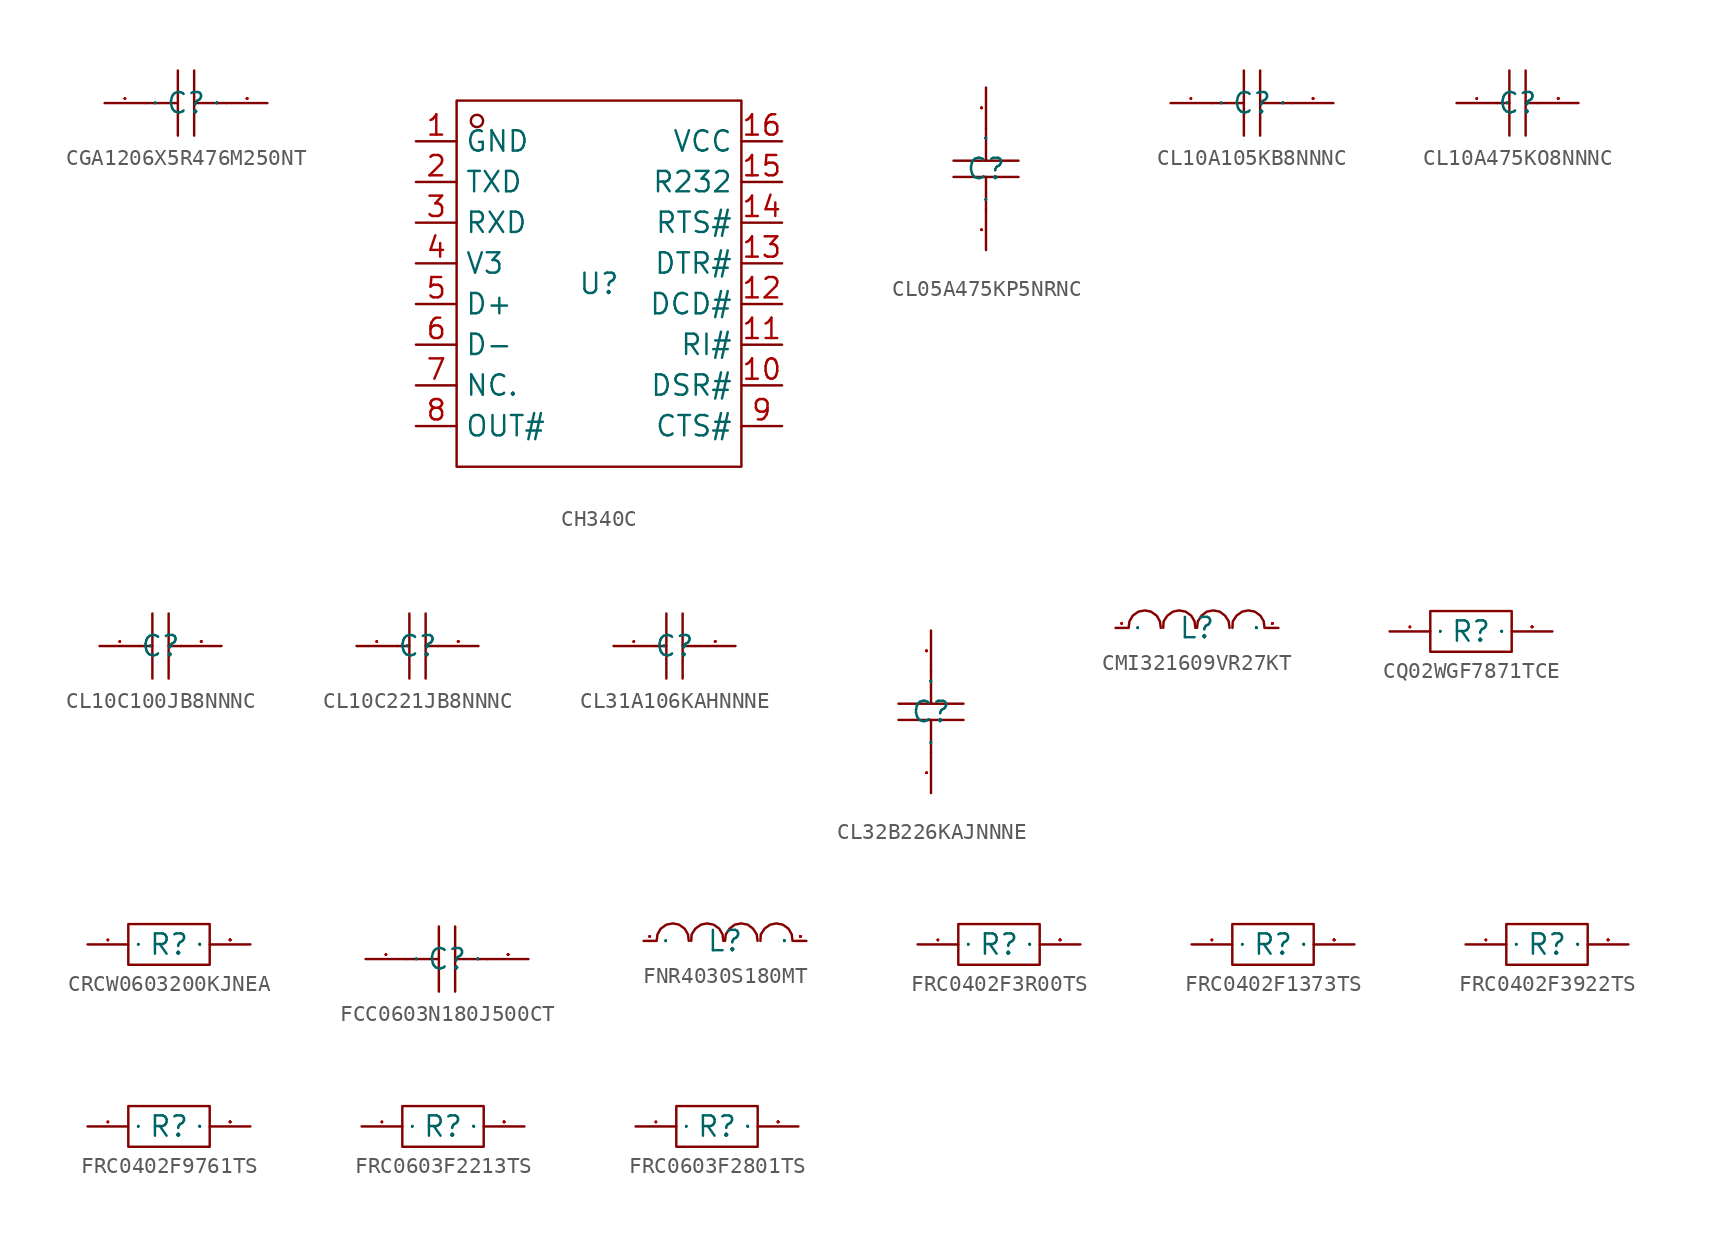
<source format=kicad_sym>
(kicad_symbol_lib
  (version 20241209)
  (generator "kicad_symbol_editor")
  (generator_version "9.0")
  (symbol "CGA1206X5R476M250NT"
    (property "Reference" "C"
      (at 0 0 0)
      (effects (font (size 1.27 1.27))))
    (symbol "CGA1206X5R476M250NT_1_0"
      (polyline (pts (xy -0.508 0) (xy -2.54 0)) (stroke (width 0) (type default)) (fill (type none)))
      (polyline (pts (xy -0.508 -2.032) (xy -0.508 2.032)) (stroke (width 0) (type default)) (fill (type none)))
      (polyline (pts (xy 0.508 2.032) (xy 0.508 -2.032)) (stroke (width 0) (type default)) (fill (type none)))
      (polyline (pts (xy 2.54 0) (xy 0.508 0)) (stroke (width 0) (type default)) (fill (type none)))
      (pin unspecified line (at -5.08 0 0) (length 2.54) (name "1" (effects (font (size 0.025 0.025)))) (number "1" (effects (font (size 0.025 0.025)))))
      (pin unspecified line (at 5.08 0 180) (length 2.54) (name "2" (effects (font (size 0.025 0.025)))) (number "2" (effects (font (size 0.025 0.025)))))))
  (symbol "CH340C"
    (property "Reference" "U"
      (at 0 0 0)
      (effects (font (size 1.27 1.27))))
    (property "Value" ""
      (at 0 0 0)
      (effects (font (size 1.27 1.27))))
    (symbol "CH340C_1_0"
      (rectangle (start -8.89 -11.43) (end 8.89 11.43) (stroke (width 0) (type default)) (fill (type none)))
      (circle (center -7.62 10.16) (radius 0.381) (stroke (width 0) (type default)) (fill (type none)))
      (pin unspecified line (at -11.43 8.89 0) (length 2.54) (name "GND" (effects (font (size 1.27 1.27)))) (number "1" (effects (font (size 1.27 1.27)))))
      (pin unspecified line (at -11.43 6.35 0) (length 2.54) (name "TXD" (effects (font (size 1.27 1.27)))) (number "2" (effects (font (size 1.27 1.27)))))
      (pin unspecified line (at -11.43 3.81 0) (length 2.54) (name "RXD" (effects (font (size 1.27 1.27)))) (number "3" (effects (font (size 1.27 1.27)))))
      (pin unspecified line (at -11.43 1.27 0) (length 2.54) (name "V3" (effects (font (size 1.27 1.27)))) (number "4" (effects (font (size 1.27 1.27)))))
      (pin unspecified line (at -11.43 -1.27 0) (length 2.54) (name "D+" (effects (font (size 1.27 1.27)))) (number "5" (effects (font (size 1.27 1.27)))))
      (pin unspecified line (at -11.43 -3.81 0) (length 2.54) (name "D-" (effects (font (size 1.27 1.27)))) (number "6" (effects (font (size 1.27 1.27)))))
      (pin unspecified line (at -11.43 -6.35 0) (length 2.54) (name "NC." (effects (font (size 1.27 1.27)))) (number "7" (effects (font (size 1.27 1.27)))))
      (pin unspecified line (at -11.43 -8.89 0) (length 2.54) (name "OUT#" (effects (font (size 1.27 1.27)))) (number "8" (effects (font (size 1.27 1.27)))))
      (pin unspecified line (at 11.43 8.89 180) (length 2.54) (name "VCC" (effects (font (size 1.27 1.27)))) (number "16" (effects (font (size 1.27 1.27)))))
      (pin unspecified line (at 11.43 6.35 180) (length 2.54) (name "R232" (effects (font (size 1.27 1.27)))) (number "15" (effects (font (size 1.27 1.27)))))
      (pin unspecified line (at 11.43 3.81 180) (length 2.54) (name "RTS#" (effects (font (size 1.27 1.27)))) (number "14" (effects (font (size 1.27 1.27)))))
      (pin unspecified line (at 11.43 1.27 180) (length 2.54) (name "DTR#" (effects (font (size 1.27 1.27)))) (number "13" (effects (font (size 1.27 1.27)))))
      (pin unspecified line (at 11.43 -1.27 180) (length 2.54) (name "DCD#" (effects (font (size 1.27 1.27)))) (number "12" (effects (font (size 1.27 1.27)))))
      (pin unspecified line (at 11.43 -3.81 180) (length 2.54) (name "RI#" (effects (font (size 1.27 1.27)))) (number "11" (effects (font (size 1.27 1.27)))))
      (pin unspecified line (at 11.43 -6.35 180) (length 2.54) (name "DSR#" (effects (font (size 1.27 1.27)))) (number "10" (effects (font (size 1.27 1.27)))))
      (pin unspecified line (at 11.43 -8.89 180) (length 2.54) (name "CTS#" (effects (font (size 1.27 1.27)))) (number "9" (effects (font (size 1.27 1.27)))))))
  (symbol "CL05A475KP5NRNC"
    (property "Reference" "C"
      (at 0 0 0)
      (effects (font (size 1.27 1.27))))
    (symbol "CL05A475KP5NRNC_1_0"
      (polyline (pts (xy -2.032 0.508) (xy 2.032 0.508)) (stroke (width 0) (type default)) (fill (type none)))
      (polyline (pts (xy 0 2.54) (xy 0 0.508)) (stroke (width 0) (type default)) (fill (type none)))
      (polyline (pts (xy 0 -0.508) (xy 0 -2.54)) (stroke (width 0) (type default)) (fill (type none)))
      (polyline (pts (xy 2.032 -0.508) (xy -2.032 -0.508)) (stroke (width 0) (type default)) (fill (type none)))
      (pin unspecified line (at 0 5.08 270) (length 2.54) (name "2" (effects (font (size 0.025 0.025)))) (number "2" (effects (font (size 0.025 0.025)))))
      (pin unspecified line (at 0 -5.08 90) (length 2.54) (name "1" (effects (font (size 0.025 0.025)))) (number "1" (effects (font (size 0.025 0.025)))))))
  (symbol "CL10A105KB8NNNC"
    (property "Reference" "C"
      (at 0 0 0)
      (effects (font (size 1.27 1.27))))
    (symbol "CL10A105KB8NNNC_1_0"
      (polyline (pts (xy -0.508 0) (xy -2.54 0)) (stroke (width 0) (type default)) (fill (type none)))
      (polyline (pts (xy -0.508 -2.032) (xy -0.508 2.032)) (stroke (width 0) (type default)) (fill (type none)))
      (polyline (pts (xy 0.508 2.032) (xy 0.508 -2.032)) (stroke (width 0) (type default)) (fill (type none)))
      (polyline (pts (xy 2.54 0) (xy 0.508 0)) (stroke (width 0) (type default)) (fill (type none)))
      (pin unspecified line (at -5.08 0 0) (length 2.54) (name "1" (effects (font (size 0.025 0.025)))) (number "1" (effects (font (size 0.025 0.025)))))
      (pin unspecified line (at 5.08 0 180) (length 2.54) (name "2" (effects (font (size 0.025 0.025)))) (number "2" (effects (font (size 0.025 0.025)))))))
  (symbol "CL10A475KO8NNNC"
    (property "Reference" "C"
      (at 0 0 0)
      (effects (font (size 1.27 1.27))))
    (symbol "CL10A475KO8NNNC_1_0"
      (polyline (pts (xy -1.27 0) (xy -0.508 0)) (stroke (width 0) (type default)) (fill (type none)))
      (polyline (pts (xy -0.508 2.032) (xy -0.508 -2.032)) (stroke (width 0) (type default)) (fill (type none)))
      (polyline (pts (xy 0.508 2.032) (xy 0.508 -2.032)) (stroke (width 0) (type default)) (fill (type none)))
      (polyline (pts (xy 0.508 0) (xy 1.27 0)) (stroke (width 0) (type default)) (fill (type none)))
      (pin input line (at -3.81 0 0) (length 2.54) (name "1" (effects (font (size 0.025 0.025)))) (number "1" (effects (font (size 0.025 0.025)))))
      (pin input line (at 3.81 0 180) (length 2.54) (name "2" (effects (font (size 0.025 0.025)))) (number "2" (effects (font (size 0.025 0.025)))))))
  (symbol "CL10C100JB8NNNC"
    (property "Reference" "C"
      (at 0 0 0)
      (effects (font (size 1.27 1.27))))
    (symbol "CL10C100JB8NNNC_1_0"
      (polyline (pts (xy -1.27 0) (xy -0.508 0)) (stroke (width 0) (type default)) (fill (type none)))
      (polyline (pts (xy -0.508 2.032) (xy -0.508 -2.032)) (stroke (width 0) (type default)) (fill (type none)))
      (polyline (pts (xy 0.508 2.032) (xy 0.508 -2.032)) (stroke (width 0) (type default)) (fill (type none)))
      (polyline (pts (xy 0.508 0) (xy 1.27 0)) (stroke (width 0) (type default)) (fill (type none)))
      (pin input line (at -3.81 0 0) (length 2.54) (name "1" (effects (font (size 0.025 0.025)))) (number "1" (effects (font (size 0.025 0.025)))))
      (pin input line (at 3.81 0 180) (length 2.54) (name "2" (effects (font (size 0.025 0.025)))) (number "2" (effects (font (size 0.025 0.025)))))))
  (symbol "CL10C221JB8NNNC"
    (property "Reference" "C"
      (at 0 0 0)
      (effects (font (size 1.27 1.27))))
    (symbol "CL10C221JB8NNNC_1_0"
      (polyline (pts (xy -1.27 0) (xy -0.508 0)) (stroke (width 0) (type default)) (fill (type none)))
      (polyline (pts (xy -0.508 2.032) (xy -0.508 -2.032)) (stroke (width 0) (type default)) (fill (type none)))
      (polyline (pts (xy 0.508 2.032) (xy 0.508 -2.032)) (stroke (width 0) (type default)) (fill (type none)))
      (polyline (pts (xy 0.508 0) (xy 1.27 0)) (stroke (width 0) (type default)) (fill (type none)))
      (pin input line (at -3.81 0 0) (length 2.54) (name "1" (effects (font (size 0.025 0.025)))) (number "1" (effects (font (size 0.025 0.025)))))
      (pin input line (at 3.81 0 180) (length 2.54) (name "2" (effects (font (size 0.025 0.025)))) (number "2" (effects (font (size 0.025 0.025)))))))
  (symbol "CL31A106KAHNNNE"
    (property "Reference" "C"
      (at 0 0 0)
      (effects (font (size 1.27 1.27))))
    (symbol "CL31A106KAHNNNE_1_0"
      (polyline (pts (xy -1.27 0) (xy -0.508 0)) (stroke (width 0) (type default)) (fill (type none)))
      (polyline (pts (xy -0.508 2.032) (xy -0.508 -2.032)) (stroke (width 0) (type default)) (fill (type none)))
      (polyline (pts (xy 0.508 2.032) (xy 0.508 -2.032)) (stroke (width 0) (type default)) (fill (type none)))
      (polyline (pts (xy 0.508 0) (xy 1.27 0)) (stroke (width 0) (type default)) (fill (type none)))
      (pin input line (at -3.81 0 0) (length 2.54) (name "1" (effects (font (size 0.025 0.025)))) (number "1" (effects (font (size 0.025 0.025)))))
      (pin input line (at 3.81 0 180) (length 2.54) (name "2" (effects (font (size 0.025 0.025)))) (number "2" (effects (font (size 0.025 0.025)))))))
  (symbol "CL32B226KAJNNNE"
    (property "Reference" "C"
      (at 0 0 0)
      (effects (font (size 1.27 1.27))))
    (symbol "CL32B226KAJNNNE_1_0"
      (polyline (pts (xy -2.032 0.508) (xy 2.032 0.508)) (stroke (width 0) (type default)) (fill (type none)))
      (polyline (pts (xy 0 2.54) (xy 0 0.508)) (stroke (width 0) (type default)) (fill (type none)))
      (polyline (pts (xy 0 -0.508) (xy 0 -2.54)) (stroke (width 0) (type default)) (fill (type none)))
      (polyline (pts (xy 2.032 -0.508) (xy -2.032 -0.508)) (stroke (width 0) (type default)) (fill (type none)))
      (pin unspecified line (at 0 5.08 270) (length 2.54) (name "2" (effects (font (size 0.025 0.025)))) (number "2" (effects (font (size 0.025 0.025)))))
      (pin unspecified line (at 0 -5.08 90) (length 2.54) (name "1" (effects (font (size 0.025 0.025)))) (number "1" (effects (font (size 0.025 0.025)))))))
  (symbol "CMI321609VR27KT"
    (property "Reference" "L"
      (at 0 0 0)
      (effects (font (size 1.27 1.27))))
    (symbol "CMI321609VR27KT_1_0"
      (polyline (pts (xy -4.267 0) (xy -4.216 0.406) (xy -4.216 0.406) (xy -4.013 0.762) (xy -4.013 0.762) (xy -3.658 1.016) (xy -3.658 1.016) (xy -3.251 1.092) (xy -3.251 1.092) (xy -2.87 1.016) (xy -2.87 1.016) (xy -2.515 0.762) (xy -2.515 0.762) (xy -2.311 0.406) (xy -2.311 0.406) (xy -2.261 0)) (stroke (width 0) (type default)) (fill (type none)))
      (polyline (pts (xy -2.108 0) (xy -2.083 0.406) (xy -2.083 0.406) (xy -1.854 0.762) (xy -1.854 0.762) (xy -1.499 1.016) (xy -1.499 1.016) (xy -1.118 1.092) (xy -1.118 1.092) (xy -0.711 1.016) (xy -0.711 1.016) (xy -0.356 0.762) (xy -0.356 0.762) (xy -0.152 0.406) (xy -0.152 0.406) (xy -0.102 0)) (stroke (width 0) (type default)) (fill (type none)))
      (polyline (pts (xy 0 0) (xy 0.051 0.406) (xy 0.051 0.406) (xy 0.279 0.762) (xy 0.279 0.762) (xy 0.61 1.016) (xy 0.61 1.016) (xy 1.016 1.092) (xy 1.016 1.092) (xy 1.422 1.016) (xy 1.422 1.016) (xy 1.753 0.762) (xy 1.753 0.762) (xy 1.981 0.406) (xy 1.981 0.406) (xy 2.032 0)) (stroke (width 0) (type default)) (fill (type none)))
      (polyline (pts (xy 2.21 0) (xy 2.235 0.406) (xy 2.235 0.406) (xy 2.464 0.762) (xy 2.464 0.762) (xy 2.819 1.016) (xy 2.819 1.016) (xy 3.2 1.092) (xy 3.2 1.092) (xy 3.607 1.016) (xy 3.607 1.016) (xy 3.962 0.762) (xy 3.962 0.762) (xy 4.166 0.406) (xy 4.166 0.406) (xy 4.216 0)) (stroke (width 0) (type default)) (fill (type none)))
      (pin unspecified line (at -5.08 0 0) (length 0.762) (name "1" (effects (font (size 0.025 0.025)))) (number "1" (effects (font (size 0.025 0.025)))))
      (pin unspecified line (at 5.08 0 180) (length 0.762) (name "2" (effects (font (size 0.025 0.025)))) (number "2" (effects (font (size 0.025 0.025)))))))
  (symbol "CQ02WGF7871TCE"
    (property "Reference" "R"
      (at 0 0 0)
      (effects (font (size 1.27 1.27))))
    (symbol "CQ02WGF7871TCE_1_0"
      (rectangle (start -2.54 -1.27) (end 2.54 1.27) (stroke (width 0) (type default)) (fill (type none)))
      (pin unspecified line (at -5.08 0 0) (length 2.54) (name "1" (effects (font (size 0.025 0.025)))) (number "1" (effects (font (size 0.025 0.025)))))
      (pin unspecified line (at 5.08 0 180) (length 2.54) (name "2" (effects (font (size 0.025 0.025)))) (number "2" (effects (font (size 0.025 0.025)))))))
  (symbol "CRCW0603200KJNEA"
    (property "Reference" "R"
      (at 0 0 0)
      (effects (font (size 1.27 1.27))))
    (symbol "CRCW0603200KJNEA_1_0"
      (rectangle (start -2.54 -1.27) (end 2.54 1.27) (stroke (width 0) (type default)) (fill (type none)))
      (pin unspecified line (at -5.08 0 0) (length 2.54) (name "1" (effects (font (size 0.025 0.025)))) (number "1" (effects (font (size 0.025 0.025)))))
      (pin unspecified line (at 5.08 0 180) (length 2.54) (name "2" (effects (font (size 0.025 0.025)))) (number "2" (effects (font (size 0.025 0.025)))))))
  (symbol "FCC0603N180J500CT"
    (property "Reference" "C"
      (at 0 0 0)
      (effects (font (size 1.27 1.27))))
    (symbol "FCC0603N180J500CT_1_0"
      (polyline (pts (xy -0.508 0) (xy -2.54 0)) (stroke (width 0) (type default)) (fill (type none)))
      (polyline (pts (xy -0.508 -2.032) (xy -0.508 2.032)) (stroke (width 0) (type default)) (fill (type none)))
      (polyline (pts (xy 0.508 2.032) (xy 0.508 -2.032)) (stroke (width 0) (type default)) (fill (type none)))
      (polyline (pts (xy 2.54 0) (xy 0.508 0)) (stroke (width 0) (type default)) (fill (type none)))
      (pin unspecified line (at -5.08 0 0) (length 2.54) (name "1" (effects (font (size 0.025 0.025)))) (number "1" (effects (font (size 0.025 0.025)))))
      (pin unspecified line (at 5.08 0 180) (length 2.54) (name "2" (effects (font (size 0.025 0.025)))) (number "2" (effects (font (size 0.025 0.025)))))))
  (symbol "FNR4030S180MT"
    (property "Reference" "L"
      (at 0 0 0)
      (effects (font (size 1.27 1.27))))
    (symbol "FNR4030S180MT_1_0"
      (polyline (pts (xy -4.267 0) (xy -4.216 0.406) (xy -4.216 0.406) (xy -4.013 0.762) (xy -4.013 0.762) (xy -3.658 1.016) (xy -3.658 1.016) (xy -3.251 1.092) (xy -3.251 1.092) (xy -2.87 1.016) (xy -2.87 1.016) (xy -2.515 0.762) (xy -2.515 0.762) (xy -2.311 0.406) (xy -2.311 0.406) (xy -2.261 0)) (stroke (width 0) (type default)) (fill (type none)))
      (polyline (pts (xy -2.108 0) (xy -2.083 0.406) (xy -2.083 0.406) (xy -1.854 0.762) (xy -1.854 0.762) (xy -1.499 1.016) (xy -1.499 1.016) (xy -1.118 1.092) (xy -1.118 1.092) (xy -0.711 1.016) (xy -0.711 1.016) (xy -0.356 0.762) (xy -0.356 0.762) (xy -0.152 0.406) (xy -0.152 0.406) (xy -0.102 0)) (stroke (width 0) (type default)) (fill (type none)))
      (polyline (pts (xy 0 0) (xy 0.051 0.406) (xy 0.051 0.406) (xy 0.279 0.762) (xy 0.279 0.762) (xy 0.61 1.016) (xy 0.61 1.016) (xy 1.016 1.092) (xy 1.016 1.092) (xy 1.422 1.016) (xy 1.422 1.016) (xy 1.753 0.762) (xy 1.753 0.762) (xy 1.981 0.406) (xy 1.981 0.406) (xy 2.032 0)) (stroke (width 0) (type default)) (fill (type none)))
      (polyline (pts (xy 2.21 0) (xy 2.235 0.406) (xy 2.235 0.406) (xy 2.464 0.762) (xy 2.464 0.762) (xy 2.819 1.016) (xy 2.819 1.016) (xy 3.2 1.092) (xy 3.2 1.092) (xy 3.607 1.016) (xy 3.607 1.016) (xy 3.962 0.762) (xy 3.962 0.762) (xy 4.166 0.406) (xy 4.166 0.406) (xy 4.216 0)) (stroke (width 0) (type default)) (fill (type none)))
      (pin unspecified line (at -5.08 0 0) (length 0.762) (name "1" (effects (font (size 0.025 0.025)))) (number "1" (effects (font (size 0.025 0.025)))))
      (pin unspecified line (at 5.08 0 180) (length 0.762) (name "2" (effects (font (size 0.025 0.025)))) (number "2" (effects (font (size 0.025 0.025)))))))
  (symbol "FRC0402F3R00TS"
    (property "Reference" "R"
      (at 0 0 0)
      (effects (font (size 1.27 1.27))))
    (symbol "FRC0402F3R00TS_1_0"
      (rectangle (start -2.54 -1.27) (end 2.54 1.27) (stroke (width 0) (type default)) (fill (type none)))
      (pin unspecified line (at -5.08 0 0) (length 2.54) (name "1" (effects (font (size 0.025 0.025)))) (number "1" (effects (font (size 0.025 0.025)))))
      (pin unspecified line (at 5.08 0 180) (length 2.54) (name "2" (effects (font (size 0.025 0.025)))) (number "2" (effects (font (size 0.025 0.025)))))))
  (symbol "FRC0402F1373TS"
    (property "Reference" "R"
      (at 0 0 0)
      (effects (font (size 1.27 1.27))))
    (symbol "FRC0402F1373TS_1_0"
      (rectangle (start -2.54 -1.27) (end 2.54 1.27) (stroke (width 0) (type default)) (fill (type none)))
      (pin unspecified line (at -5.08 0 0) (length 2.54) (name "1" (effects (font (size 0.025 0.025)))) (number "1" (effects (font (size 0.025 0.025)))))
      (pin unspecified line (at 5.08 0 180) (length 2.54) (name "2" (effects (font (size 0.025 0.025)))) (number "2" (effects (font (size 0.025 0.025)))))))
  (symbol "FRC0402F3922TS"
    (property "Reference" "R"
      (at 0 0 0)
      (effects (font (size 1.27 1.27))))
    (symbol "FRC0402F3922TS_1_0"
      (rectangle (start -2.54 -1.27) (end 2.54 1.27) (stroke (width 0) (type default)) (fill (type none)))
      (pin unspecified line (at -5.08 0 0) (length 2.54) (name "1" (effects (font (size 0.025 0.025)))) (number "1" (effects (font (size 0.025 0.025)))))
      (pin unspecified line (at 5.08 0 180) (length 2.54) (name "2" (effects (font (size 0.025 0.025)))) (number "2" (effects (font (size 0.025 0.025)))))))
  (symbol "FRC0402F9761TS"
    (property "Reference" "R"
      (at 0 0 0)
      (effects (font (size 1.27 1.27))))
    (symbol "FRC0402F9761TS_1_0"
      (rectangle (start -2.54 -1.27) (end 2.54 1.27) (stroke (width 0) (type default)) (fill (type none)))
      (pin unspecified line (at -5.08 0 0) (length 2.54) (name "1" (effects (font (size 0.025 0.025)))) (number "1" (effects (font (size 0.025 0.025)))))
      (pin unspecified line (at 5.08 0 180) (length 2.54) (name "2" (effects (font (size 0.025 0.025)))) (number "2" (effects (font (size 0.025 0.025)))))))
  (symbol "FRC0603F2213TS"
    (property "Reference" "R"
      (at 0 0 0)
      (effects (font (size 1.27 1.27))))
    (symbol "FRC0603F2213TS_1_0"
      (rectangle (start -2.54 -1.27) (end 2.54 1.27) (stroke (width 0) (type default)) (fill (type none)))
      (pin unspecified line (at -5.08 0 0) (length 2.54) (name "1" (effects (font (size 0.025 0.025)))) (number "1" (effects (font (size 0.025 0.025)))))
      (pin unspecified line (at 5.08 0 180) (length 2.54) (name "2" (effects (font (size 0.025 0.025)))) (number "2" (effects (font (size 0.025 0.025)))))))
  (symbol "FRC0603F2801TS"
    (property "Reference" "R"
      (at 0 0 0)
      (effects (font (size 1.27 1.27))))
    (symbol "FRC0603F2801TS_1_0"
      (rectangle (start -2.54 -1.27) (end 2.54 1.27) (stroke (width 0) (type default)) (fill (type none)))
      (pin unspecified line (at -5.08 0 0) (length 2.54) (name "1" (effects (font (size 0.025 0.025)))) (number "1" (effects (font (size 0.025 0.025)))))
      (pin unspecified line (at 5.08 0 180) (length 2.54) (name "2" (effects (font (size 0.025 0.025)))) (number "2" (effects (font (size 0.025 0.025))))))))
</source>
